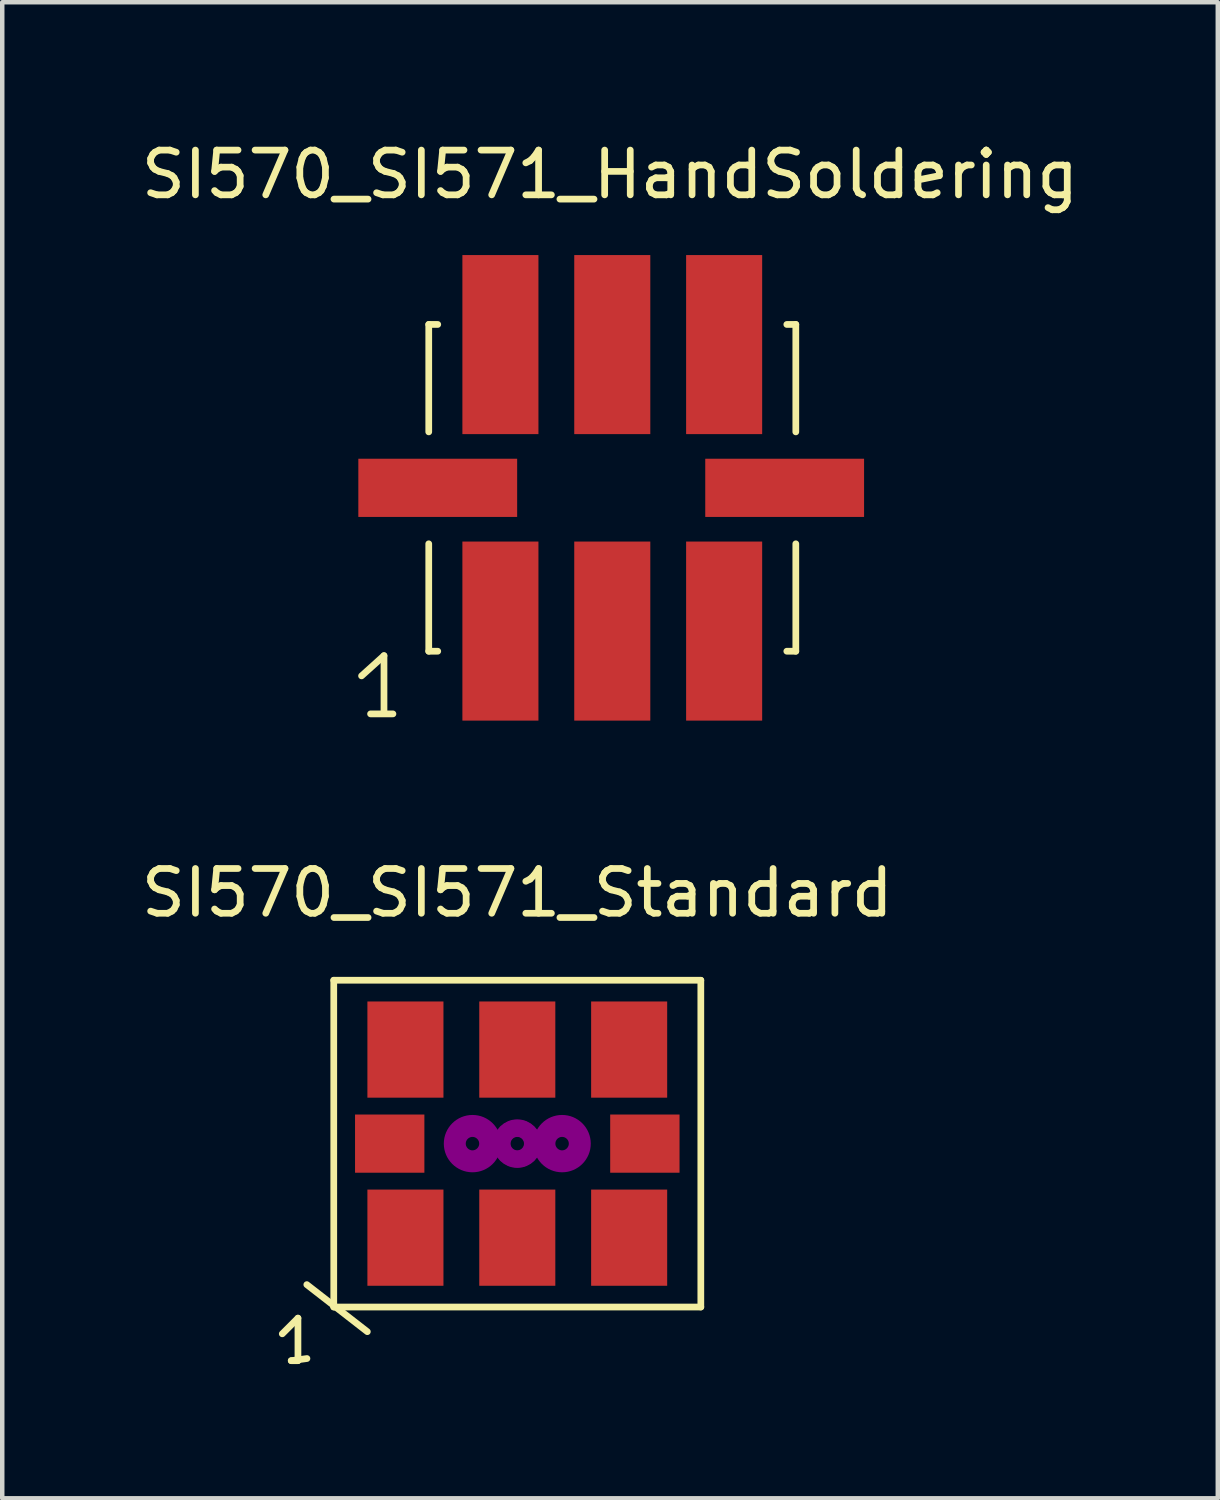
<source format=kicad_pcb>
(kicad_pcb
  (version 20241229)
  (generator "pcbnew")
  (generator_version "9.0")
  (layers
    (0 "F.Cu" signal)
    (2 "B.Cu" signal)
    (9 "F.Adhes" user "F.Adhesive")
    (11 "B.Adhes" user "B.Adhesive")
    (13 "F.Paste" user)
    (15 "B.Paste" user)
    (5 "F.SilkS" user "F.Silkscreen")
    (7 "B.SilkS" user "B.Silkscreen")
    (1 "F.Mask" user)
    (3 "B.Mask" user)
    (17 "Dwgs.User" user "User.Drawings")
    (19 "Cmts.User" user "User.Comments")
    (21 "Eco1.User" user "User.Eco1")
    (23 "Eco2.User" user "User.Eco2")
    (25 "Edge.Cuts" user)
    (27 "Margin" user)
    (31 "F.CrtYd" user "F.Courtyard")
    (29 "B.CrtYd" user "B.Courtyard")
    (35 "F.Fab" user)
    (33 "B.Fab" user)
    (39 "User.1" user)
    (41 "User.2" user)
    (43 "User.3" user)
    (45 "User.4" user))
  (footprint "SI570_SI571_HandSoldering"
    (layer "F.Cu")
    (at 10.628 7.848)
    (property "Reference" "SI570_SI571_HandSoldering" (at -0.051 -7 0) (layer "F.SilkS") (effects (font (size 1 1) (thickness 0.15))))
    (attr smd)
    (fp_line (start -5.601 4.201) (end -5.1 3.749) (stroke (width 0.15) (type solid)) (layer "F.SilkS"))
    (fp_line (start -5.4 5.05) (end -4.9 5.05) (stroke (width 0.15) (type solid)) (layer "F.SilkS"))
    (fp_line (start -5.1 3.749) (end -5.1 5.001) (stroke (width 0.15) (type solid)) (layer "F.SilkS"))
    (fp_line (start -4.1 -3.65) (end -4.1 -1.25) (stroke (width 0.15) (type solid)) (layer "F.SilkS"))
    (fp_line (start -4.1 -3.65) (end -3.899 -3.65) (stroke (width 0.15) (type solid)) (layer "F.SilkS"))
    (fp_line (start -4.1 3.65) (end -4.1 1.25) (stroke (width 0.15) (type solid)) (layer "F.SilkS"))
    (fp_line (start -4.1 3.65) (end -3.899 3.65) (stroke (width 0.15) (type solid)) (layer "F.SilkS"))
    (fp_line (start 4.1 -3.65) (end 3.899 -3.65) (stroke (width 0.15) (type solid)) (layer "F.SilkS"))
    (fp_line (start 4.1 -3.65) (end 4.1 -1.25) (stroke (width 0.15) (type solid)) (layer "F.SilkS"))
    (fp_line (start 4.1 3.65) (end 3.899 3.65) (stroke (width 0.15) (type solid)) (layer "F.SilkS"))
    (fp_line (start 4.1 3.65) (end 4.1 1.25) (stroke (width 0.15) (type solid)) (layer "F.SilkS"))
    (pad "1" smd rect (at -2.499 3.2) (size 1.699 4) (layers "F.Cu" "F.Mask" "F.Paste"))
    (pad "2" smd rect (at 0 3.2) (size 1.699 4) (layers "F.Cu" "F.Mask" "F.Paste"))
    (pad "3" smd rect (at 2.499 3.2) (size 1.699 4) (layers "F.Cu" "F.Mask" "F.Paste"))
    (pad "4" smd rect (at 2.499 -3.2) (size 1.699 4) (layers "F.Cu" "F.Mask" "F.Paste"))
    (pad "5" smd rect (at 0 -3.2) (size 1.699 4) (layers "F.Cu" "F.Mask" "F.Paste"))
    (pad "6" smd rect (at -2.499 -3.2) (size 1.699 4) (layers "F.Cu" "F.Mask" "F.Paste"))
    (pad "7" smd rect (at -3.899 0) (size 3.548 1.3) (layers "F.Cu" "F.Mask" "F.Paste"))
    (pad "8" smd rect (at 3.851 0) (size 3.548 1.3) (layers "F.Cu" "F.Mask" "F.Paste")))
  (footprint "SI570_SI571_Standard"
    (layer "F.Cu")
    (at 8.506 22.498)
    (property "Reference" "SI570_SI571_Standard" (at 0 -5.601 0) (layer "F.SilkS") (effects (font (size 1 1) (thickness 0.15))))
    (attr smd)
    (fp_line (start -5.25 4.249) (end -4.9 3.899) (stroke (width 0.15) (type solid)) (layer "F.SilkS"))
    (fp_line (start -5.05 4.849) (end -4.699 4.801) (stroke (width 0.15) (type solid)) (layer "F.SilkS"))
    (fp_line (start -4.9 3.899) (end -4.9 4.849) (stroke (width 0.15) (type solid)) (layer "F.SilkS"))
    (fp_line (start -4.9 4.849) (end -5.05 4.849) (stroke (width 0.15) (type solid)) (layer "F.SilkS"))
    (fp_line (start -4.702 3.15) (end -3.35 4.201) (stroke (width 0.15) (type solid)) (layer "F.SilkS"))
    (fp_line (start -4.1 -3.65) (end -4.1 3.65) (stroke (width 0.15) (type solid)) (layer "F.SilkS"))
    (fp_line (start -4.1 3.65) (end 4.1 3.65) (stroke (width 0.15) (type solid)) (layer "F.SilkS"))
    (fp_line (start 4.1 -3.65) (end -4.1 -3.65) (stroke (width 0.15) (type solid)) (layer "F.SilkS"))
    (fp_line (start 4.1 3.65) (end 4.1 -3.65) (stroke (width 0.15) (type solid)) (layer "F.SilkS"))
    (fp_circle (center -1.001 0) (end -0.851 0) (stroke (width 0.381) (type solid)) (fill no) (layer "F.Adhes"))
    (fp_circle (center -1.001 0) (end -0.551 0) (stroke (width 0.381) (type solid)) (fill no) (layer "F.Adhes"))
    (fp_circle (center 0 0) (end 0.15 0) (stroke (width 0.381) (type solid)) (fill no) (layer "F.Adhes"))
    (fp_circle (center 0 0) (end 0.351 0) (stroke (width 0.381) (type solid)) (fill no) (layer "F.Adhes"))
    (fp_circle (center 1.001 0) (end 0.551 0) (stroke (width 0.381) (type solid)) (fill no) (layer "F.Adhes"))
    (fp_circle (center 1.001 0) (end 0.851 0) (stroke (width 0.381) (type solid)) (fill no) (layer "F.Adhes"))
    (pad "1" smd rect (at -2.499 2.101) (size 1.699 2.149) (layers "F.Cu" "F.Mask" "F.Paste"))
    (pad "2" smd rect (at 0 2.101) (size 1.699 2.149) (layers "F.Cu" "F.Mask" "F.Paste"))
    (pad "3" smd rect (at 2.499 2.101) (size 1.699 2.149) (layers "F.Cu" "F.Mask" "F.Paste"))
    (pad "4" smd rect (at 2.499 -2.101) (size 1.699 2.149) (layers "F.Cu" "F.Mask" "F.Paste"))
    (pad "5" smd rect (at 0 -2.101) (size 1.699 2.149) (layers "F.Cu" "F.Mask" "F.Paste"))
    (pad "6" smd rect (at -2.499 -2.101) (size 1.699 2.149) (layers "F.Cu" "F.Mask" "F.Paste"))
    (pad "7" smd rect (at -2.85 0) (size 1.549 1.3) (layers "F.Cu" "F.Mask" "F.Paste"))
    (pad "8" smd rect (at 2.85 0) (size 1.549 1.3) (layers "F.Cu" "F.Mask" "F.Paste")))
  (gr_rect
    (start -3 -3)
    (end 24.155 30.422)
    (stroke (width 0.1) (type default))
    (fill no)
    (layer "Edge.Cuts")))
</source>
